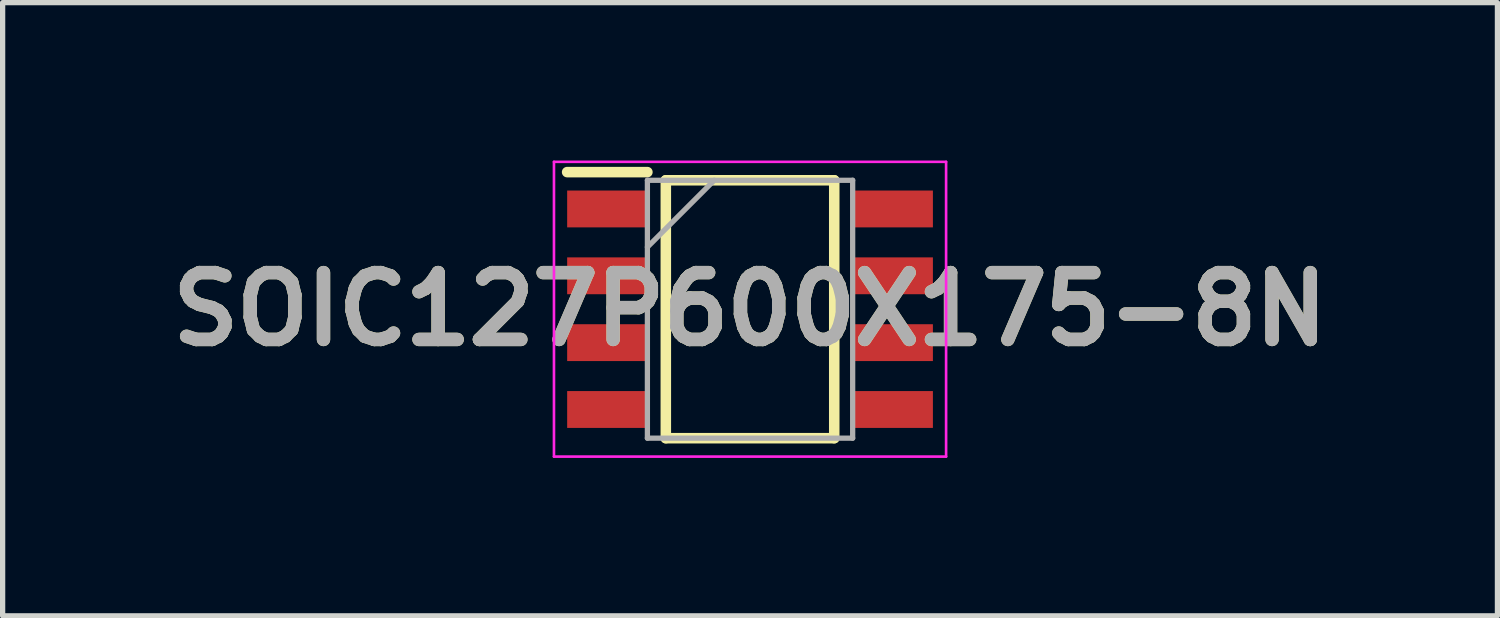
<source format=kicad_pcb>
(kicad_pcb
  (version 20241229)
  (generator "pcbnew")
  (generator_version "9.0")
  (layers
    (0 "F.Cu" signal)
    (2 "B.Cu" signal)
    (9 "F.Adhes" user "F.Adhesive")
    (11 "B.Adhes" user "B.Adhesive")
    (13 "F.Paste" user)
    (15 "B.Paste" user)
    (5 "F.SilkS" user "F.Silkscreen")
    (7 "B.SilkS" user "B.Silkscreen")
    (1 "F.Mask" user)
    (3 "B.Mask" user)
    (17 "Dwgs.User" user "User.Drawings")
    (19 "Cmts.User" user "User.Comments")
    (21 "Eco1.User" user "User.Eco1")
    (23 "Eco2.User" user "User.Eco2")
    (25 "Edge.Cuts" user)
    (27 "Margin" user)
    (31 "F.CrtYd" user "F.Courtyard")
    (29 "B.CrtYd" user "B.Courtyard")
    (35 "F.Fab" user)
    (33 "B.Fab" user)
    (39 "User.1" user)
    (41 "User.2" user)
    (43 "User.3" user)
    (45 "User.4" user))
  (footprint "SOIC127P600X175-8N"
    (layer "F.Cu")
    (at 11.2 2.825)
    (property "Reference" "SOIC127P600X175-8N" (at 0 0 0) (layer "F.SilkS") (effects (font (size 1.27 1.27) (thickness 0.254))))
    (attr smd)
    (fp_line (start -3.475 -2.605) (end -1.95 -2.605) (stroke (width 0.2) (type solid)) (layer "F.SilkS"))
    (fp_line (start -1.6 -2.45) (end 1.6 -2.45) (stroke (width 0.2) (type solid)) (layer "F.SilkS"))
    (fp_line (start -1.6 2.45) (end -1.6 -2.45) (stroke (width 0.2) (type solid)) (layer "F.SilkS"))
    (fp_line (start 1.6 -2.45) (end 1.6 2.45) (stroke (width 0.2) (type solid)) (layer "F.SilkS"))
    (fp_line (start 1.6 2.45) (end -1.6 2.45) (stroke (width 0.2) (type solid)) (layer "F.SilkS"))
    (fp_line (start -3.725 -2.8) (end 3.725 -2.8) (stroke (width 0.05) (type solid)) (layer "F.CrtYd"))
    (fp_line (start -3.725 2.8) (end -3.725 -2.8) (stroke (width 0.05) (type solid)) (layer "F.CrtYd"))
    (fp_line (start 3.725 -2.8) (end 3.725 2.8) (stroke (width 0.05) (type solid)) (layer "F.CrtYd"))
    (fp_line (start 3.725 2.8) (end -3.725 2.8) (stroke (width 0.05) (type solid)) (layer "F.CrtYd"))
    (fp_line (start -1.95 -2.45) (end 1.95 -2.45) (stroke (width 0.1) (type solid)) (layer "F.Fab"))
    (fp_line (start -1.95 -1.18) (end -0.68 -2.45) (stroke (width 0.1) (type solid)) (layer "F.Fab"))
    (fp_line (start -1.95 2.45) (end -1.95 -2.45) (stroke (width 0.1) (type solid)) (layer "F.Fab"))
    (fp_line (start 1.95 -2.45) (end 1.95 2.45) (stroke (width 0.1) (type solid)) (layer "F.Fab"))
    (fp_line (start 1.95 2.45) (end -1.95 2.45) (stroke (width 0.1) (type solid)) (layer "F.Fab"))
    (fp_text user "${REFERENCE}" (at 0 0 0) (layer "F.Fab") (effects (font (size 1.27 1.27) (thickness 0.254))))
    (pad "1" smd rect (at -2.712 -1.905 90) (size 0.7 1.525) (layers "F.Cu" "F.Mask" "F.Paste"))
    (pad "2" smd rect (at -2.712 -0.635 90) (size 0.7 1.525) (layers "F.Cu" "F.Mask" "F.Paste"))
    (pad "3" smd rect (at -2.712 0.635 90) (size 0.7 1.525) (layers "F.Cu" "F.Mask" "F.Paste"))
    (pad "4" smd rect (at -2.712 1.905 90) (size 0.7 1.525) (layers "F.Cu" "F.Mask" "F.Paste"))
    (pad "5" smd rect (at 2.712 1.905 90) (size 0.7 1.525) (layers "F.Cu" "F.Mask" "F.Paste"))
    (pad "6" smd rect (at 2.712 0.635 90) (size 0.7 1.525) (layers "F.Cu" "F.Mask" "F.Paste"))
    (pad "7" smd rect (at 2.712 -0.635 90) (size 0.7 1.525) (layers "F.Cu" "F.Mask" "F.Paste"))
    (pad "8" smd rect (at 2.712 -1.905 90) (size 0.7 1.525) (layers "F.Cu" "F.Mask" "F.Paste")))
  (gr_rect
    (start -3 -3)
    (end 25.4 8.65)
    (stroke (width 0.1) (type default))
    (fill no)
    (layer "Edge.Cuts")))
</source>
